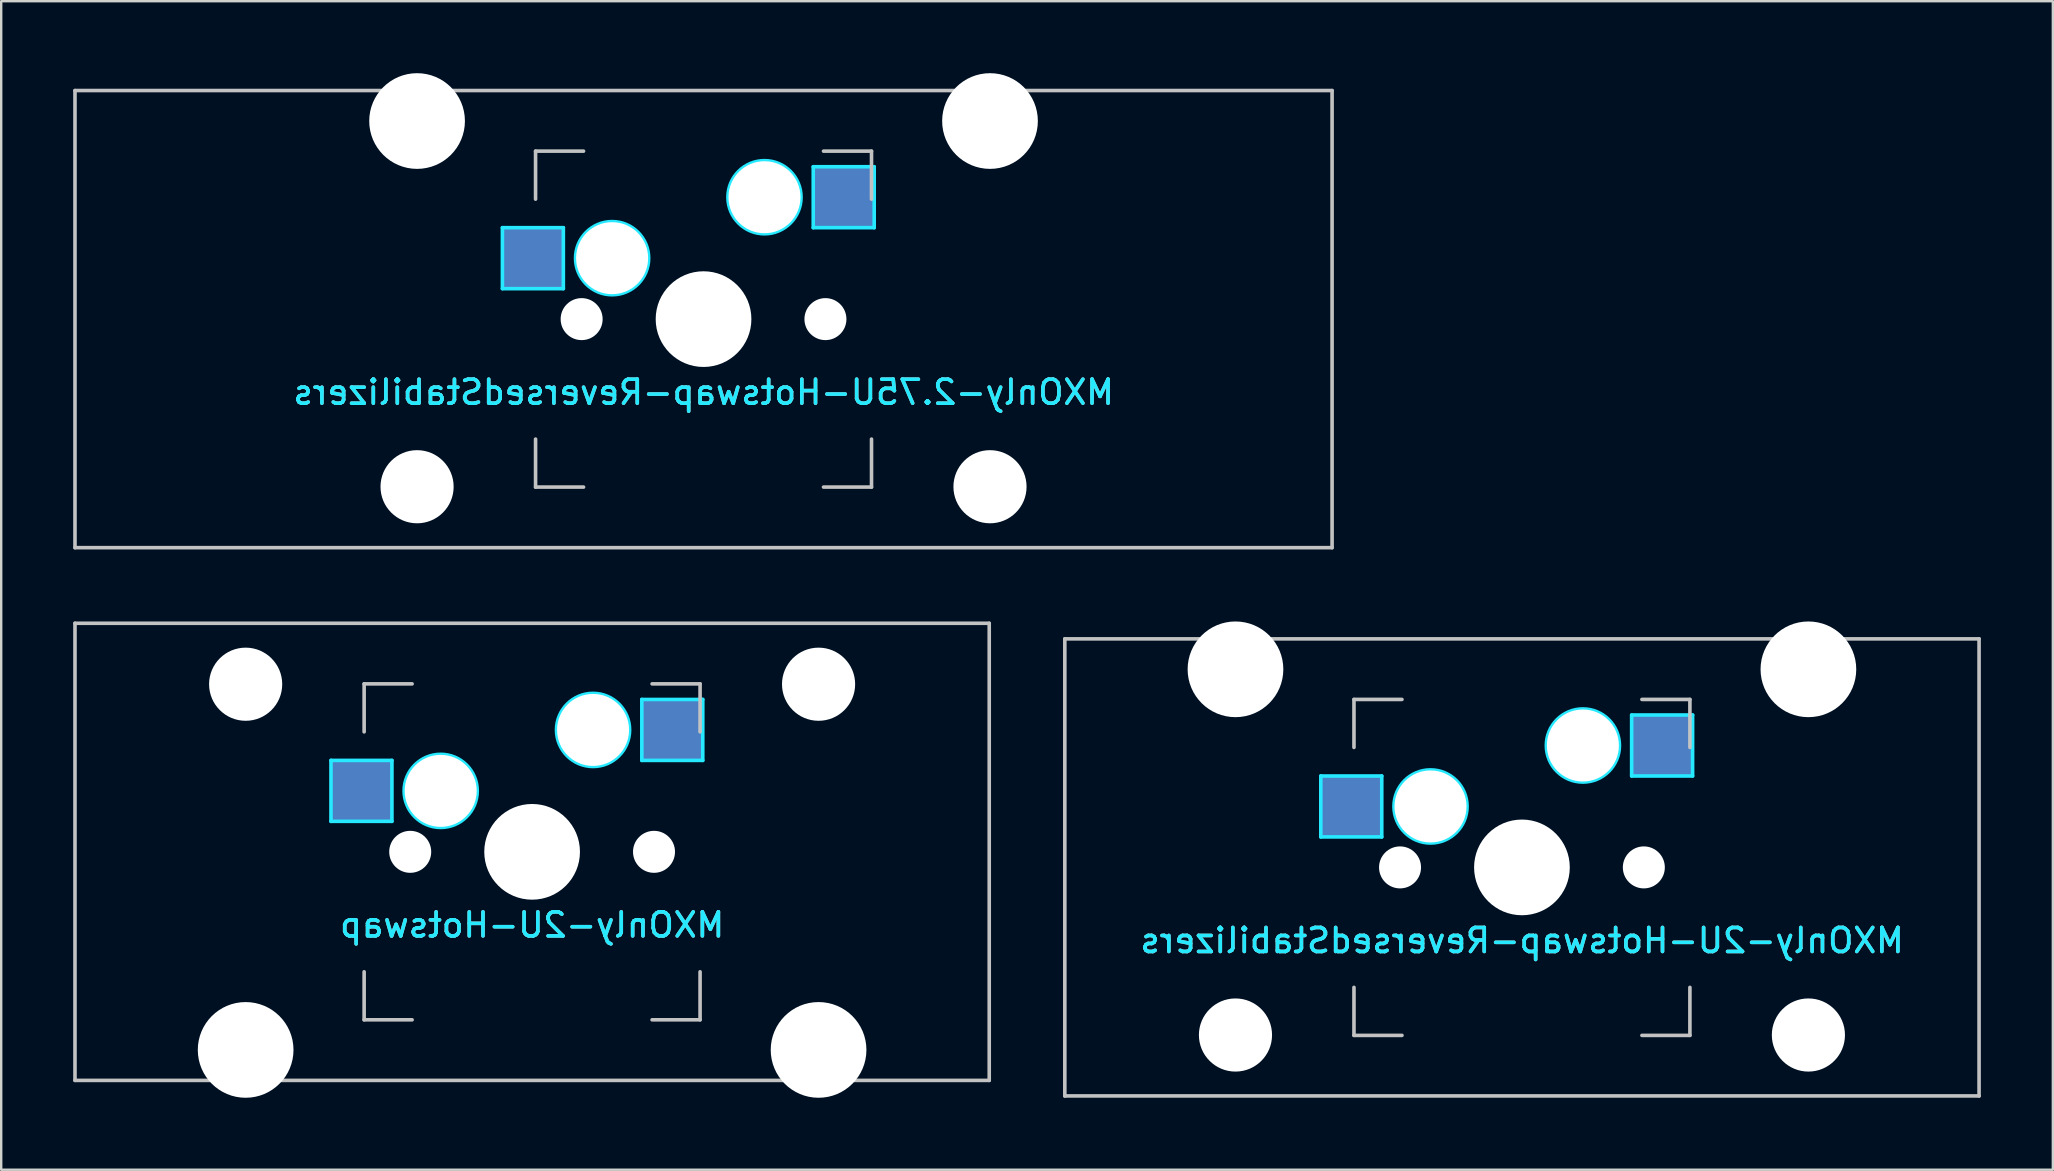
<source format=kicad_pcb>
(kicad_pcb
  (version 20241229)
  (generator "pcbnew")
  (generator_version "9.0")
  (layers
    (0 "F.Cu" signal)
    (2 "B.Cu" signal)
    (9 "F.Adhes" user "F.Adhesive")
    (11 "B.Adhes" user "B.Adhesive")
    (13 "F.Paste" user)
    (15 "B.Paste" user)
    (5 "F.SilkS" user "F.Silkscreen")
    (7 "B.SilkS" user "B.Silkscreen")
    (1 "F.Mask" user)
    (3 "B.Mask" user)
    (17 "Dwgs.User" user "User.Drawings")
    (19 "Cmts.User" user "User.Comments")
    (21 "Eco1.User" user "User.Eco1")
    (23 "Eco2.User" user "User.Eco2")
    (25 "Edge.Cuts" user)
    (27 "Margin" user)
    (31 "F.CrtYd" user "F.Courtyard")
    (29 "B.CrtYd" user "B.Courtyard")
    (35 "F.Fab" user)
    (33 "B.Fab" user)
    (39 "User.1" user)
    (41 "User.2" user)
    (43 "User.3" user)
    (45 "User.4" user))
  (footprint "MXOnly-2.75U-Hotswap-ReversedStabilizers"
    (layer "F.Cu")
    (at 26.269 10.249)
    (property "Reference" "MXOnly-2.75U-Hotswap-ReversedStabilizers" (at 0 3.048 0) (layer "B.CrtYd") (effects (font (size 1 1) (thickness 0.15)) (justify mirror)))
    (attr smd)
    (fp_line (start -26.194 -9.525) (end 26.194 -9.525) (stroke (width 0.15) (type solid)) (layer "Dwgs.User"))
    (fp_line (start -26.194 9.525) (end -26.194 -9.525) (stroke (width 0.15) (type solid)) (layer "Dwgs.User"))
    (fp_line (start -7 -7) (end -7 -5) (stroke (width 0.15) (type solid)) (layer "Dwgs.User"))
    (fp_line (start -7 5) (end -7 7) (stroke (width 0.15) (type solid)) (layer "Dwgs.User"))
    (fp_line (start -7 7) (end -5 7) (stroke (width 0.15) (type solid)) (layer "Dwgs.User"))
    (fp_line (start -5 -7) (end -7 -7) (stroke (width 0.15) (type solid)) (layer "Dwgs.User"))
    (fp_line (start 5 -7) (end 7 -7) (stroke (width 0.15) (type solid)) (layer "Dwgs.User"))
    (fp_line (start 5 7) (end 7 7) (stroke (width 0.15) (type solid)) (layer "Dwgs.User"))
    (fp_line (start 7 -7) (end 7 -5) (stroke (width 0.15) (type solid)) (layer "Dwgs.User"))
    (fp_line (start 7 7) (end 7 5) (stroke (width 0.15) (type solid)) (layer "Dwgs.User"))
    (fp_line (start 26.194 -9.525) (end 26.194 9.525) (stroke (width 0.15) (type solid)) (layer "Dwgs.User"))
    (fp_line (start 26.194 9.525) (end -26.194 9.525) (stroke (width 0.15) (type solid)) (layer "Dwgs.User"))
    (fp_line (start -8.382 -3.81) (end -5.842 -3.81) (stroke (width 0.15) (type solid)) (layer "B.CrtYd"))
    (fp_line (start -8.382 -1.27) (end -8.382 -3.81) (stroke (width 0.15) (type solid)) (layer "B.CrtYd"))
    (fp_line (start -5.842 -3.81) (end -5.842 -1.27) (stroke (width 0.15) (type solid)) (layer "B.CrtYd"))
    (fp_line (start -5.842 -1.27) (end -8.382 -1.27) (stroke (width 0.15) (type solid)) (layer "B.CrtYd"))
    (fp_line (start 4.572 -6.35) (end 7.112 -6.35) (stroke (width 0.15) (type solid)) (layer "B.CrtYd"))
    (fp_line (start 4.572 -3.81) (end 4.572 -6.35) (stroke (width 0.15) (type solid)) (layer "B.CrtYd"))
    (fp_line (start 7.112 -6.35) (end 7.112 -3.81) (stroke (width 0.15) (type solid)) (layer "B.CrtYd"))
    (fp_line (start 7.112 -3.81) (end 4.572 -3.81) (stroke (width 0.15) (type solid)) (layer "B.CrtYd"))
    (fp_circle (center -3.81 -2.54) (end -3.81 -4.064) (stroke (width 0.15) (type solid)) (fill no) (layer "B.CrtYd"))
    (fp_circle (center 2.54 -5.08) (end 2.54 -6.604) (stroke (width 0.15) (type solid)) (fill no) (layer "B.CrtYd"))
    (fp_text user "${REFERENCE}" (at 0 3.048 0) (layer "B.SilkS") (effects (font (size 1 1) (thickness 0.15)) (justify mirror)))
    (pad "" np_thru_hole circle (at -11.938 -8.255) (size 3.988 3.988) (drill 3.988) (layers "*.Cu" "*.Mask"))
    (pad "" np_thru_hole circle (at -11.938 6.985) (size 3.048 3.048) (drill 3.048) (layers "*.Cu" "*.Mask"))
    (pad "" np_thru_hole circle (at -5.08 0 48.1) (size 1.75 1.75) (drill 1.75) (layers "*.Cu" "*.Mask"))
    (pad "" np_thru_hole circle (at -3.81 -2.54) (size 3 3) (drill 3) (layers "*.Cu" "*.Mask"))
    (pad "" np_thru_hole circle (at 0 0) (size 3.988 3.988) (drill 3.988) (layers "*.Cu" "*.Mask"))
    (pad "" np_thru_hole circle (at 2.54 -5.08) (size 3 3) (drill 3) (layers "*.Cu" "*.Mask"))
    (pad "" np_thru_hole circle (at 5.08 0 48.1) (size 1.75 1.75) (drill 1.75) (layers "*.Cu" "*.Mask"))
    (pad "" np_thru_hole circle (at 11.938 -8.255) (size 3.988 3.988) (drill 3.988) (layers "*.Cu" "*.Mask"))
    (pad "" np_thru_hole circle (at 11.938 6.985) (size 3.048 3.048) (drill 3.048) (layers "*.Cu" "*.Mask"))
    (pad "1" smd rect (at -7.085 -2.54) (size 2.55 2.5) (layers "B.Cu" "B.Mask" "B.Paste"))
    (pad "2" smd rect (at 5.842 -5.08) (size 2.55 2.5) (layers "B.Cu" "B.Mask" "B.Paste")))
  (footprint "MXOnly-2U-Hotswap"
    (layer "F.Cu")
    (at 19.125 32.449)
    (property "Reference" "MXOnly-2U-Hotswap" (at 0 3.048 0) (layer "B.CrtYd") (effects (font (size 1 1) (thickness 0.15)) (justify mirror)))
    (attr smd)
    (fp_line (start -19.05 -9.525) (end 19.05 -9.525) (stroke (width 0.15) (type solid)) (layer "Dwgs.User"))
    (fp_line (start -19.05 9.525) (end -19.05 -9.525) (stroke (width 0.15) (type solid)) (layer "Dwgs.User"))
    (fp_line (start -7 -7) (end -7 -5) (stroke (width 0.15) (type solid)) (layer "Dwgs.User"))
    (fp_line (start -7 5) (end -7 7) (stroke (width 0.15) (type solid)) (layer "Dwgs.User"))
    (fp_line (start -7 7) (end -5 7) (stroke (width 0.15) (type solid)) (layer "Dwgs.User"))
    (fp_line (start -5 -7) (end -7 -7) (stroke (width 0.15) (type solid)) (layer "Dwgs.User"))
    (fp_line (start 5 -7) (end 7 -7) (stroke (width 0.15) (type solid)) (layer "Dwgs.User"))
    (fp_line (start 5 7) (end 7 7) (stroke (width 0.15) (type solid)) (layer "Dwgs.User"))
    (fp_line (start 7 -7) (end 7 -5) (stroke (width 0.15) (type solid)) (layer "Dwgs.User"))
    (fp_line (start 7 7) (end 7 5) (stroke (width 0.15) (type solid)) (layer "Dwgs.User"))
    (fp_line (start 19.05 -9.525) (end 19.05 9.525) (stroke (width 0.15) (type solid)) (layer "Dwgs.User"))
    (fp_line (start 19.05 9.525) (end -19.05 9.525) (stroke (width 0.15) (type solid)) (layer "Dwgs.User"))
    (fp_line (start -8.382 -3.81) (end -5.842 -3.81) (stroke (width 0.15) (type solid)) (layer "B.CrtYd"))
    (fp_line (start -8.382 -1.27) (end -8.382 -3.81) (stroke (width 0.15) (type solid)) (layer "B.CrtYd"))
    (fp_line (start -5.842 -3.81) (end -5.842 -1.27) (stroke (width 0.15) (type solid)) (layer "B.CrtYd"))
    (fp_line (start -5.842 -1.27) (end -8.382 -1.27) (stroke (width 0.15) (type solid)) (layer "B.CrtYd"))
    (fp_line (start 4.572 -6.35) (end 7.112 -6.35) (stroke (width 0.15) (type solid)) (layer "B.CrtYd"))
    (fp_line (start 4.572 -3.81) (end 4.572 -6.35) (stroke (width 0.15) (type solid)) (layer "B.CrtYd"))
    (fp_line (start 7.112 -6.35) (end 7.112 -3.81) (stroke (width 0.15) (type solid)) (layer "B.CrtYd"))
    (fp_line (start 7.112 -3.81) (end 4.572 -3.81) (stroke (width 0.15) (type solid)) (layer "B.CrtYd"))
    (fp_circle (center -3.81 -2.54) (end -3.81 -4.064) (stroke (width 0.15) (type solid)) (fill no) (layer "B.CrtYd"))
    (fp_circle (center 2.54 -5.08) (end 2.54 -6.604) (stroke (width 0.15) (type solid)) (fill no) (layer "B.CrtYd"))
    (fp_text user "${REFERENCE}" (at 0 3.048 0) (layer "B.SilkS") (effects (font (size 1 1) (thickness 0.15)) (justify mirror)))
    (pad "" np_thru_hole circle (at -11.938 -6.985) (size 3.048 3.048) (drill 3.048) (layers "*.Cu" "*.Mask"))
    (pad "" np_thru_hole circle (at -11.938 8.255) (size 3.988 3.988) (drill 3.988) (layers "*.Cu" "*.Mask"))
    (pad "" np_thru_hole circle (at -5.08 0 48.1) (size 1.75 1.75) (drill 1.75) (layers "*.Cu" "*.Mask"))
    (pad "" np_thru_hole circle (at -3.81 -2.54) (size 3 3) (drill 3) (layers "*.Cu" "*.Mask"))
    (pad "" np_thru_hole circle (at 0 0) (size 3.988 3.988) (drill 3.988) (layers "*.Cu" "*.Mask"))
    (pad "" np_thru_hole circle (at 2.54 -5.08) (size 3 3) (drill 3) (layers "*.Cu" "*.Mask"))
    (pad "" np_thru_hole circle (at 5.08 0 48.1) (size 1.75 1.75) (drill 1.75) (layers "*.Cu" "*.Mask"))
    (pad "" np_thru_hole circle (at 11.938 -6.985) (size 3.048 3.048) (drill 3.048) (layers "*.Cu" "*.Mask"))
    (pad "" np_thru_hole circle (at 11.938 8.255) (size 3.988 3.988) (drill 3.988) (layers "*.Cu" "*.Mask"))
    (pad "1" smd rect (at -7.085 -2.54) (size 2.55 2.5) (layers "B.Cu" "B.Mask" "B.Paste"))
    (pad "2" smd rect (at 5.842 -5.08) (size 2.55 2.5) (layers "B.Cu" "B.Mask" "B.Paste")))
  (footprint "MXOnly-2U-Hotswap-ReversedStabilizers"
    (layer "F.Cu")
    (at 60.375 33.098)
    (property "Reference" "MXOnly-2U-Hotswap-ReversedStabilizers" (at 0 3.048 0) (layer "B.CrtYd") (effects (font (size 1 1) (thickness 0.15)) (justify mirror)))
    (attr smd)
    (fp_line (start -19.05 -9.525) (end 19.05 -9.525) (stroke (width 0.15) (type solid)) (layer "Dwgs.User"))
    (fp_line (start -19.05 9.525) (end -19.05 -9.525) (stroke (width 0.15) (type solid)) (layer "Dwgs.User"))
    (fp_line (start -7 -7) (end -7 -5) (stroke (width 0.15) (type solid)) (layer "Dwgs.User"))
    (fp_line (start -7 5) (end -7 7) (stroke (width 0.15) (type solid)) (layer "Dwgs.User"))
    (fp_line (start -7 7) (end -5 7) (stroke (width 0.15) (type solid)) (layer "Dwgs.User"))
    (fp_line (start -5 -7) (end -7 -7) (stroke (width 0.15) (type solid)) (layer "Dwgs.User"))
    (fp_line (start 5 -7) (end 7 -7) (stroke (width 0.15) (type solid)) (layer "Dwgs.User"))
    (fp_line (start 5 7) (end 7 7) (stroke (width 0.15) (type solid)) (layer "Dwgs.User"))
    (fp_line (start 7 -7) (end 7 -5) (stroke (width 0.15) (type solid)) (layer "Dwgs.User"))
    (fp_line (start 7 7) (end 7 5) (stroke (width 0.15) (type solid)) (layer "Dwgs.User"))
    (fp_line (start 19.05 -9.525) (end 19.05 9.525) (stroke (width 0.15) (type solid)) (layer "Dwgs.User"))
    (fp_line (start 19.05 9.525) (end -19.05 9.525) (stroke (width 0.15) (type solid)) (layer "Dwgs.User"))
    (fp_line (start -8.382 -3.81) (end -5.842 -3.81) (stroke (width 0.15) (type solid)) (layer "B.CrtYd"))
    (fp_line (start -8.382 -1.27) (end -8.382 -3.81) (stroke (width 0.15) (type solid)) (layer "B.CrtYd"))
    (fp_line (start -5.842 -3.81) (end -5.842 -1.27) (stroke (width 0.15) (type solid)) (layer "B.CrtYd"))
    (fp_line (start -5.842 -1.27) (end -8.382 -1.27) (stroke (width 0.15) (type solid)) (layer "B.CrtYd"))
    (fp_line (start 4.572 -6.35) (end 7.112 -6.35) (stroke (width 0.15) (type solid)) (layer "B.CrtYd"))
    (fp_line (start 4.572 -3.81) (end 4.572 -6.35) (stroke (width 0.15) (type solid)) (layer "B.CrtYd"))
    (fp_line (start 7.112 -6.35) (end 7.112 -3.81) (stroke (width 0.15) (type solid)) (layer "B.CrtYd"))
    (fp_line (start 7.112 -3.81) (end 4.572 -3.81) (stroke (width 0.15) (type solid)) (layer "B.CrtYd"))
    (fp_circle (center -3.81 -2.54) (end -3.81 -4.064) (stroke (width 0.15) (type solid)) (fill no) (layer "B.CrtYd"))
    (fp_circle (center 2.54 -5.08) (end 2.54 -6.604) (stroke (width 0.15) (type solid)) (fill no) (layer "B.CrtYd"))
    (fp_text user "${REFERENCE}" (at 0 3.048 0) (layer "B.SilkS") (effects (font (size 1 1) (thickness 0.15)) (justify mirror)))
    (pad "" np_thru_hole circle (at -11.938 -8.255) (size 3.988 3.988) (drill 3.988) (layers "*.Cu" "*.Mask"))
    (pad "" np_thru_hole circle (at -11.938 6.985) (size 3.048 3.048) (drill 3.048) (layers "*.Cu" "*.Mask"))
    (pad "" np_thru_hole circle (at -5.08 0 48.1) (size 1.75 1.75) (drill 1.75) (layers "*.Cu" "*.Mask"))
    (pad "" np_thru_hole circle (at -3.81 -2.54) (size 3 3) (drill 3) (layers "*.Cu" "*.Mask"))
    (pad "" np_thru_hole circle (at 0 0) (size 3.988 3.988) (drill 3.988) (layers "*.Cu" "*.Mask"))
    (pad "" np_thru_hole circle (at 2.54 -5.08) (size 3 3) (drill 3) (layers "*.Cu" "*.Mask"))
    (pad "" np_thru_hole circle (at 5.08 0 48.1) (size 1.75 1.75) (drill 1.75) (layers "*.Cu" "*.Mask"))
    (pad "" np_thru_hole circle (at 11.938 -8.255) (size 3.988 3.988) (drill 3.988) (layers "*.Cu" "*.Mask"))
    (pad "" np_thru_hole circle (at 11.938 6.985) (size 3.048 3.048) (drill 3.048) (layers "*.Cu" "*.Mask"))
    (pad "1" smd rect (at -7.085 -2.54) (size 2.55 2.5) (layers "B.Cu" "B.Mask" "B.Paste"))
    (pad "2" smd rect (at 5.842 -5.08) (size 2.55 2.5) (layers "B.Cu" "B.Mask" "B.Paste")))
  (gr_rect
    (start -3 -3)
    (end 82.5 45.698)
    (stroke (width 0.1) (type default))
    (fill no)
    (layer "Edge.Cuts")))
</source>
